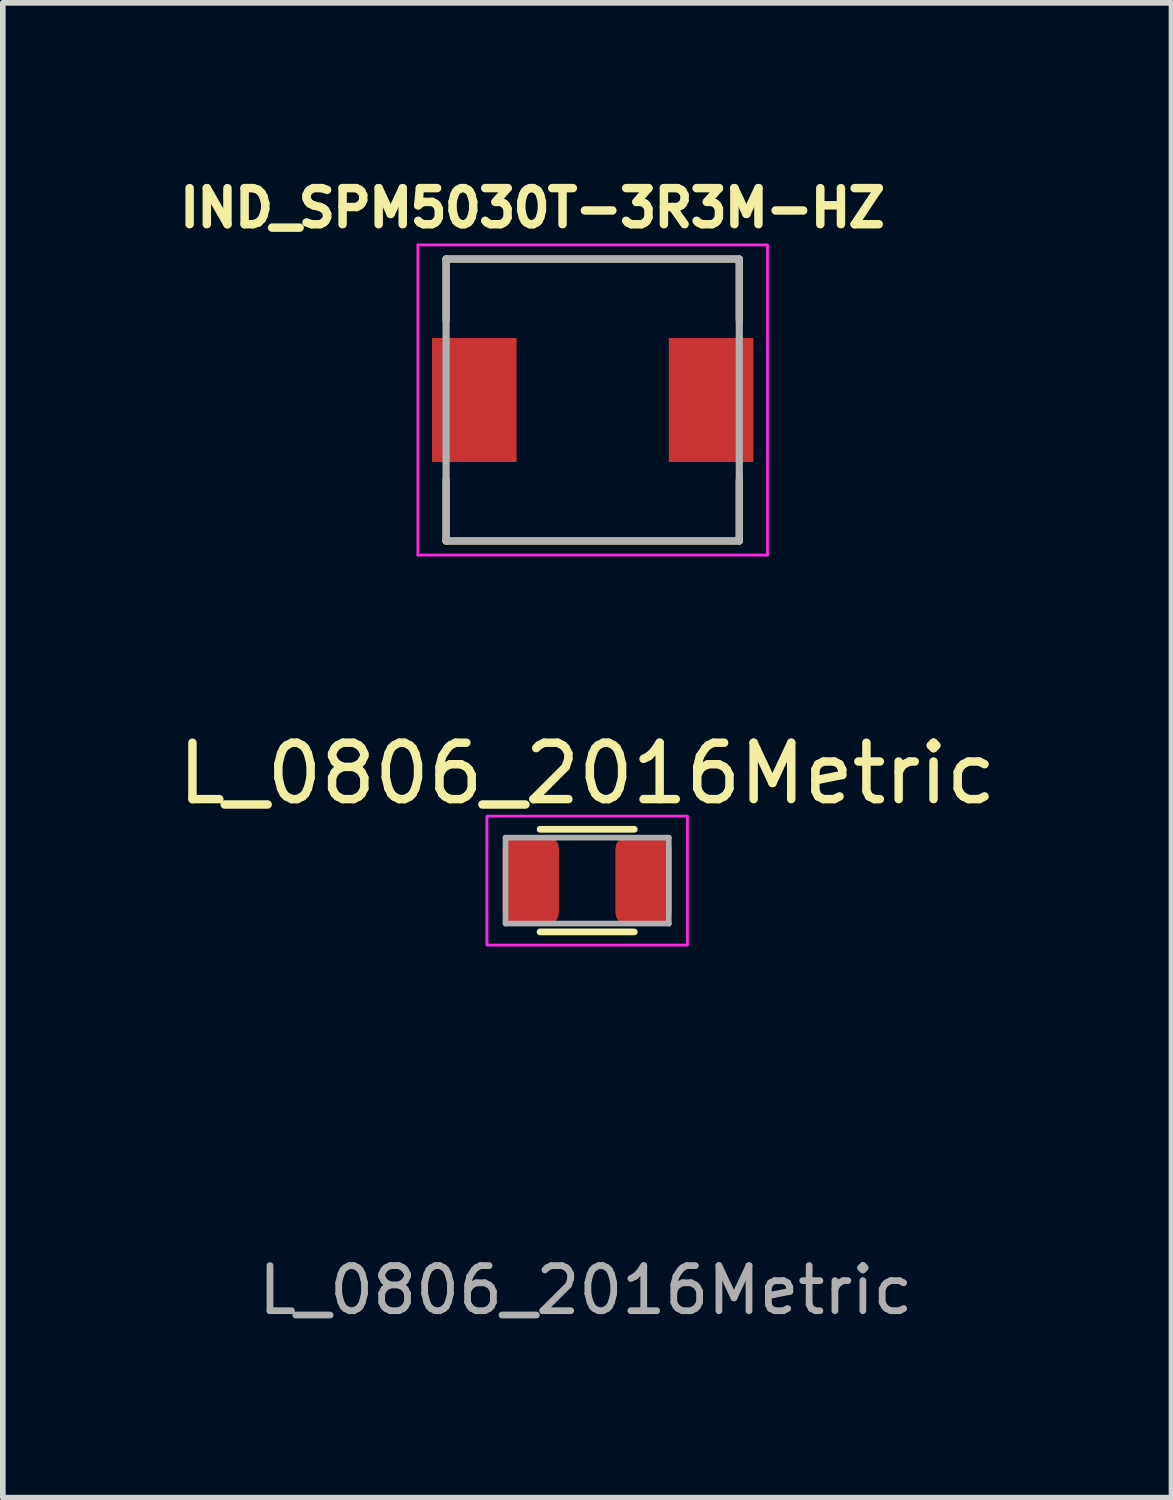
<source format=kicad_pcb>
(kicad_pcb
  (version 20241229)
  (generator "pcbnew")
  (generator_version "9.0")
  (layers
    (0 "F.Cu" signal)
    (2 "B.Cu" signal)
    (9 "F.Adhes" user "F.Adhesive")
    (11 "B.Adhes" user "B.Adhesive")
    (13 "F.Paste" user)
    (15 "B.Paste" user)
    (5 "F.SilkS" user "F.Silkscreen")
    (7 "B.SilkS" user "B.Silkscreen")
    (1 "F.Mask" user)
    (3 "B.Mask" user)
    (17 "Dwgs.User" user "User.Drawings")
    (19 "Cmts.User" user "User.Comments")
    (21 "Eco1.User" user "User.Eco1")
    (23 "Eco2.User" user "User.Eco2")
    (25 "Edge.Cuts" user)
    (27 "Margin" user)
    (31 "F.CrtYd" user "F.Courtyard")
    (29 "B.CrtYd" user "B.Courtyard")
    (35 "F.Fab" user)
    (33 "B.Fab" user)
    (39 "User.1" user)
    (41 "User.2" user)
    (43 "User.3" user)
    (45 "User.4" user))
  (footprint "IND_SPM5030T-3R3M-HZ"
    (layer "F.Cu")
    (at 7.461 4.044)
    (property "Reference" "IND_SPM5030T-3R3M-HZ" (at -1.068 -3.406 0) (layer "F.SilkS") (effects (font (size 0.64 0.64) (thickness 0.15))))
    (attr smd)
    (fp_line (start -2.6 -2.5) (end -2.6 -1.42) (stroke (width 0.127) (type solid)) (layer "F.SilkS"))
    (fp_line (start -2.6 -2.5) (end 2.6 -2.5) (stroke (width 0.127) (type solid)) (layer "F.SilkS"))
    (fp_line (start -2.6 2.5) (end -2.6 1.42) (stroke (width 0.127) (type solid)) (layer "F.SilkS"))
    (fp_line (start -2.6 2.5) (end 2.6 2.5) (stroke (width 0.127) (type solid)) (layer "F.SilkS"))
    (fp_line (start 2.6 -2.5) (end 2.6 -1.42) (stroke (width 0.127) (type solid)) (layer "F.SilkS"))
    (fp_line (start 2.6 2.5) (end 2.6 1.42) (stroke (width 0.127) (type solid)) (layer "F.SilkS"))
    (fp_line (start -3.1 -2.75) (end -3.1 2.75) (stroke (width 0.05) (type solid)) (layer "F.CrtYd"))
    (fp_line (start -3.1 2.75) (end 3.1 2.75) (stroke (width 0.05) (type solid)) (layer "F.CrtYd"))
    (fp_line (start 3.1 -2.75) (end -3.1 -2.75) (stroke (width 0.05) (type solid)) (layer "F.CrtYd"))
    (fp_line (start 3.1 2.75) (end 3.1 -2.75) (stroke (width 0.05) (type solid)) (layer "F.CrtYd"))
    (fp_line (start -2.6 -2.5) (end -2.6 2.5) (stroke (width 0.127) (type solid)) (layer "F.Fab"))
    (fp_line (start -2.6 -2.5) (end 2.6 -2.5) (stroke (width 0.127) (type solid)) (layer "F.Fab"))
    (fp_line (start -2.6 2.5) (end 2.6 2.5) (stroke (width 0.127) (type solid)) (layer "F.Fab"))
    (fp_line (start 2.6 -2.5) (end 2.6 2.5) (stroke (width 0.127) (type solid)) (layer "F.Fab"))
    (pad "1" smd rect (at -2.1 0) (size 1.5 2.2) (layers "F.Cu" "F.Mask" "F.Paste"))
    (pad "2" smd rect (at 2.1 0) (size 1.5 2.2) (layers "F.Cu" "F.Mask" "F.Paste")))
  (footprint "L_0806_2016Metric"
    (layer "F.Cu")
    (at 7.363 12.567)
    (property "Reference" "L_0806_2016Metric" (at 0 -1.9 0) (layer "F.SilkS") (effects (font (size 1 1) (thickness 0.15))))
    (attr smd)
    (fp_line (start -0.835 -0.91) (end 0.835 -0.91) (stroke (width 0.12) (type solid)) (layer "F.SilkS"))
    (fp_line (start -0.835 0.91) (end 0.835 0.91) (stroke (width 0.12) (type solid)) (layer "F.SilkS"))
    (fp_rect (start -1.778 -1.143) (end 1.778 1.143) (stroke (width 0.05) (type default)) (fill no) (layer "F.CrtYd"))
    (fp_line (start -1.448 -0.762) (end 1.448 -0.762) (stroke (width 0.1) (type solid)) (layer "F.Fab"))
    (fp_line (start -1.448 0.762) (end -1.448 -0.762) (stroke (width 0.1) (type solid)) (layer "F.Fab"))
    (fp_line (start 1.448 -0.762) (end 1.448 0.762) (stroke (width 0.1) (type solid)) (layer "F.Fab"))
    (fp_line (start 1.448 0.762) (end -1.448 0.762) (stroke (width 0.1) (type solid)) (layer "F.Fab"))
    (fp_text user "${REFERENCE}" (at -0.025 7.264 0) (layer "F.Fab") (effects (font (size 0.8 0.8) (thickness 0.12))))
    (pad "1" smd roundrect (at -1 0) (size 1 1.6) (layers "F.Cu" "F.Mask" "F.Paste") (roundrect_rratio 0.238))
    (pad "2" smd roundrect (at 1 0) (size 1 1.6) (layers "F.Cu" "F.Mask" "F.Paste") (roundrect_rratio 0.238)))
  (gr_rect
    (start -3 -3)
    (end 17.726 23.51)
    (stroke (width 0.1) (type default))
    (fill no)
    (layer "Edge.Cuts")))
</source>
